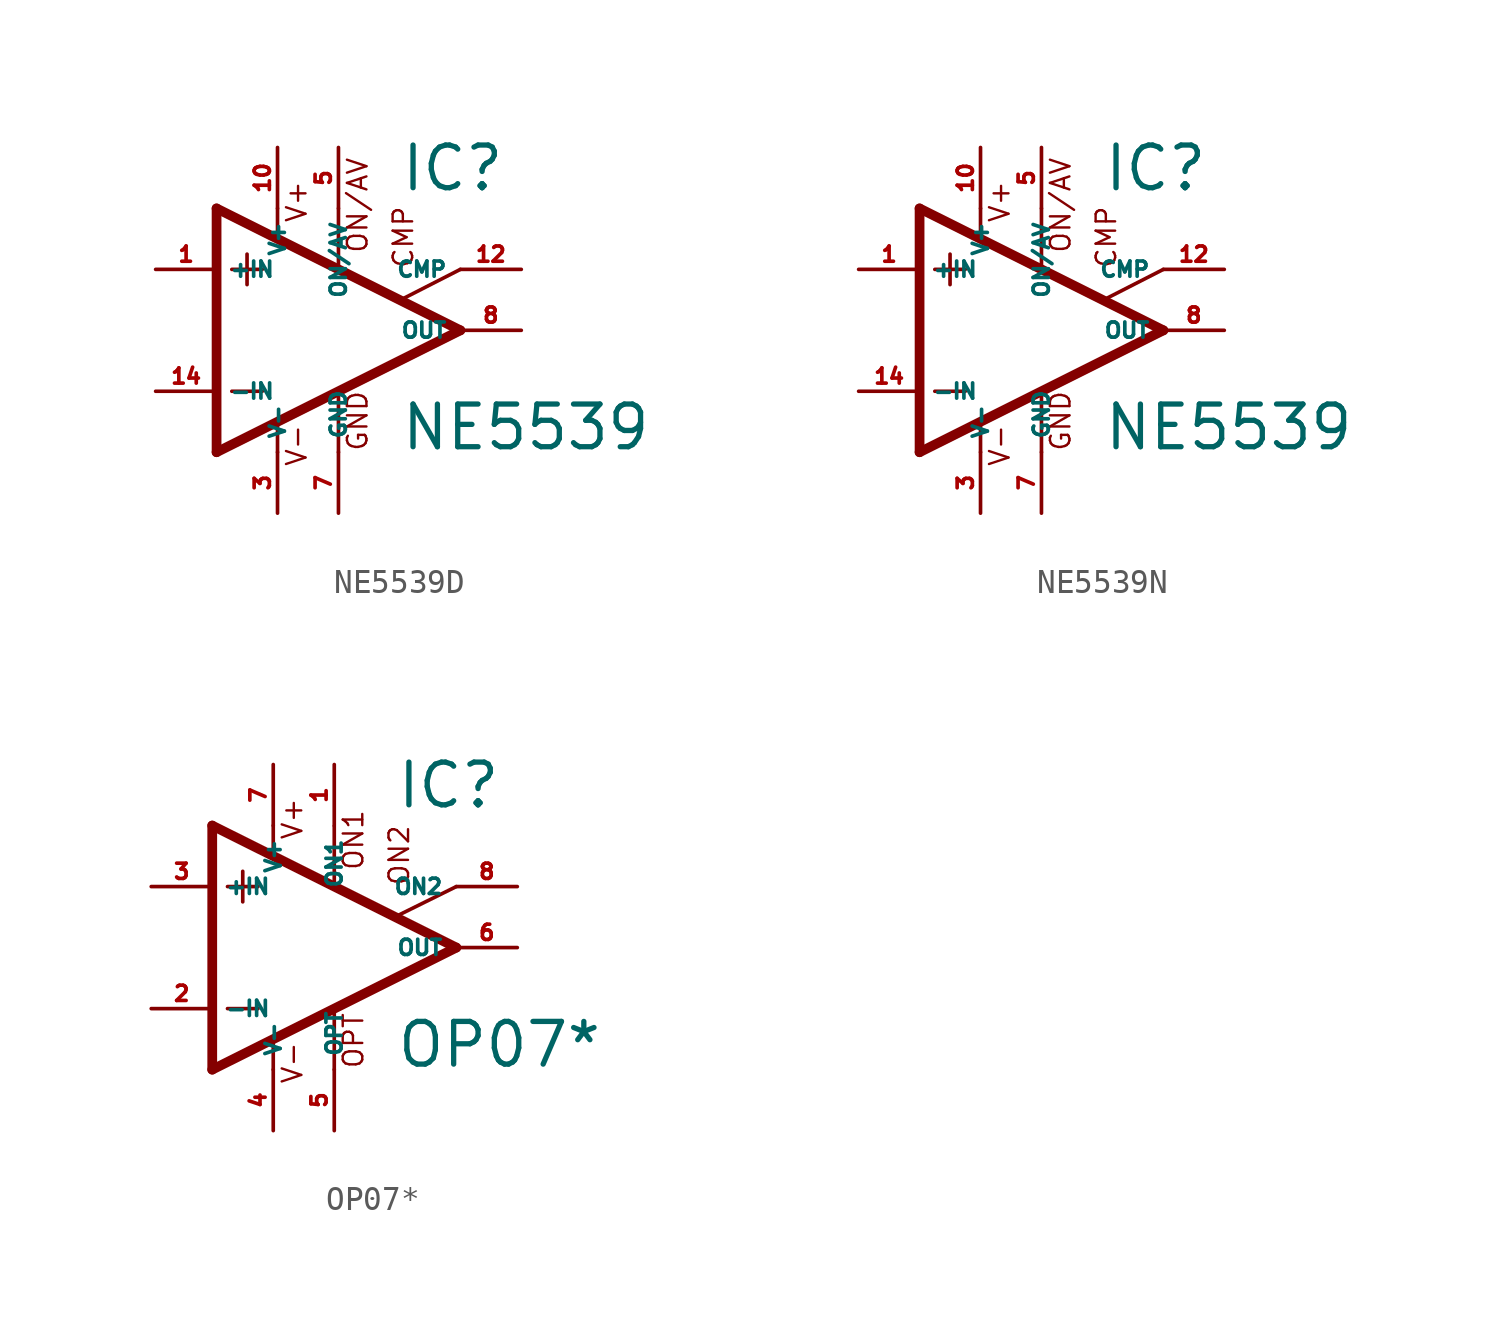
<source format=kicad_sym>
(kicad_symbol_lib
  (version 20220914)
  (generator Eagle2Kicad)
  (symbol "NE5539D"
    (property "Reference" "IC"
      (at 2.54 5.715 0)
      (effects (font (size 1.778 1.778) (thickness 0.22)) (justify left bottom)))
    (property "Value" "NE5539"
      (at 2.54 -5.08 0)
      (effects (font (size 1.778 1.778) (thickness 0.22)) (justify left bottom)))
    (polyline
      (pts (xy -3.81 3.175) (xy -3.81 1.905))
      (stroke (width 0.152) (type default))
      (fill (type none)))
    (polyline
      (pts (xy -4.445 2.54) (xy -3.175 2.54))
      (stroke (width 0.152) (type default))
      (fill (type none)))
    (polyline
      (pts (xy -4.445 -2.54) (xy -3.175 -2.54))
      (stroke (width 0.152) (type default))
      (fill (type none)))
    (polyline
      (pts (xy -5.08 5.08) (xy -5.08 -5.08))
      (stroke (width 0.406) (type default))
      (fill (type none)))
    (polyline
      (pts (xy -2.54 5.08) (xy -2.54 3.886))
      (stroke (width 0.152) (type default))
      (fill (type none)))
    (polyline
      (pts (xy 0 5.08) (xy 0 2.616))
      (stroke (width 0.152) (type default))
      (fill (type none)))
    (polyline
      (pts (xy 0 -5.08) (xy 0 -2.616))
      (stroke (width 0.152) (type default))
      (fill (type none)))
    (polyline
      (pts (xy 2.642 1.295) (xy 5.08 2.54))
      (stroke (width 0.152) (type default))
      (fill (type none)))
    (polyline
      (pts (xy -5.08 5.08) (xy 5.08 0))
      (stroke (width 0.406) (type default))
      (fill (type none)))
    (polyline
      (pts (xy -2.54 -3.886) (xy -2.54 -5.08))
      (stroke (width 0.152) (type default))
      (fill (type none)))
    (polyline
      (pts (xy -5.08 -5.08) (xy 5.08 0))
      (stroke (width 0.406) (type default))
      (fill (type none)))
    (text "CMP"
      (at 3.175 2.54 900)
      (effects (font (size 0.813 0.813) (thickness 0.10)) (justify left bottom)))
    (text "GND"
      (at 1.27 -5.08 900)
      (effects (font (size 0.813 0.813) (thickness 0.10)) (justify left bottom)))
    (text "ON/AV"
      (at 1.27 3.175 900)
      (effects (font (size 0.813 0.813) (thickness 0.10)) (justify left bottom)))
    (text "V+"
      (at -1.27 4.445 900)
      (effects (font (size 0.813 0.813) (thickness 0.10)) (justify left bottom)))
    (text "V-"
      (at -1.27 -5.715 900)
      (effects (font (size 0.813 0.813) (thickness 0.10)) (justify left bottom)))
    (pin passive line
      (at 7.62 2.54 180)
      (length 2.54)
      (name "CMP" (effects (font (size 0.635 0.635) (thickness 0.08)) (justify left bottom)))
      (number "12" (effects (font (size 0.635 0.635) (thickness 0.08)) (justify left bottom))))
    (pin input line
      (at -7.62 -2.54 0)
      (length 2.54)
      (name "-IN" (effects (font (size 0.635 0.635) (thickness 0.08)) (justify left bottom)))
      (number "14" (effects (font (size 0.635 0.635) (thickness 0.08)) (justify left bottom))))
    (pin input line
      (at -7.62 2.54 0)
      (length 2.54)
      (name "+IN" (effects (font (size 0.635 0.635) (thickness 0.08)) (justify left bottom)))
      (number "1" (effects (font (size 0.635 0.635) (thickness 0.08)) (justify left bottom))))
    (pin passive line
      (at 0 7.62 270)
      (length 2.54)
      (name "ON/AV" (effects (font (size 0.635 0.635) (thickness 0.08)) (justify left bottom)))
      (number "5" (effects (font (size 0.635 0.635) (thickness 0.08)) (justify left bottom))))
    (pin output line
      (at 7.62 0 180)
      (length 2.54)
      (name "OUT" (effects (font (size 0.635 0.635) (thickness 0.08)) (justify left bottom)))
      (number "8" (effects (font (size 0.635 0.635) (thickness 0.08)) (justify left bottom))))
    (pin passive line
      (at 0 -7.62 90)
      (length 2.54)
      (name "GND" (effects (font (size 0.635 0.635) (thickness 0.08)) (justify left bottom)))
      (number "7" (effects (font (size 0.635 0.635) (thickness 0.08)) (justify left bottom))))
    (pin unspecified line
      (at -2.54 7.62 270)
      (length 2.54)
      (name "V+" (effects (font (size 0.635 0.635) (thickness 0.08)) (justify left bottom)))
      (number "10" (effects (font (size 0.635 0.635) (thickness 0.08)) (justify left bottom))))
    (pin unspecified line
      (at -2.54 -7.62 90)
      (length 2.54)
      (name "V-" (effects (font (size 0.635 0.635) (thickness 0.08)) (justify left bottom)))
      (number "3" (effects (font (size 0.635 0.635) (thickness 0.08)) (justify left bottom)))))
  (symbol "NE5539N"
    (property "Reference" "IC"
      (at 2.54 5.715 0)
      (effects (font (size 1.778 1.778) (thickness 0.22)) (justify left bottom)))
    (property "Value" "NE5539"
      (at 2.54 -5.08 0)
      (effects (font (size 1.778 1.778) (thickness 0.22)) (justify left bottom)))
    (polyline
      (pts (xy -3.81 3.175) (xy -3.81 1.905))
      (stroke (width 0.152) (type default))
      (fill (type none)))
    (polyline
      (pts (xy -4.445 2.54) (xy -3.175 2.54))
      (stroke (width 0.152) (type default))
      (fill (type none)))
    (polyline
      (pts (xy -4.445 -2.54) (xy -3.175 -2.54))
      (stroke (width 0.152) (type default))
      (fill (type none)))
    (polyline
      (pts (xy -5.08 5.08) (xy -5.08 -5.08))
      (stroke (width 0.406) (type default))
      (fill (type none)))
    (polyline
      (pts (xy -2.54 5.08) (xy -2.54 3.886))
      (stroke (width 0.152) (type default))
      (fill (type none)))
    (polyline
      (pts (xy 0 5.08) (xy 0 2.616))
      (stroke (width 0.152) (type default))
      (fill (type none)))
    (polyline
      (pts (xy 0 -5.08) (xy 0 -2.616))
      (stroke (width 0.152) (type default))
      (fill (type none)))
    (polyline
      (pts (xy 2.642 1.295) (xy 5.08 2.54))
      (stroke (width 0.152) (type default))
      (fill (type none)))
    (polyline
      (pts (xy -5.08 5.08) (xy 5.08 0))
      (stroke (width 0.406) (type default))
      (fill (type none)))
    (polyline
      (pts (xy -2.54 -3.886) (xy -2.54 -5.08))
      (stroke (width 0.152) (type default))
      (fill (type none)))
    (polyline
      (pts (xy -5.08 -5.08) (xy 5.08 0))
      (stroke (width 0.406) (type default))
      (fill (type none)))
    (text "CMP"
      (at 3.175 2.54 900)
      (effects (font (size 0.813 0.813) (thickness 0.10)) (justify left bottom)))
    (text "GND"
      (at 1.27 -5.08 900)
      (effects (font (size 0.813 0.813) (thickness 0.10)) (justify left bottom)))
    (text "ON/AV"
      (at 1.27 3.175 900)
      (effects (font (size 0.813 0.813) (thickness 0.10)) (justify left bottom)))
    (text "V+"
      (at -1.27 4.445 900)
      (effects (font (size 0.813 0.813) (thickness 0.10)) (justify left bottom)))
    (text "V-"
      (at -1.27 -5.715 900)
      (effects (font (size 0.813 0.813) (thickness 0.10)) (justify left bottom)))
    (pin passive line
      (at 7.62 2.54 180)
      (length 2.54)
      (name "CMP" (effects (font (size 0.635 0.635) (thickness 0.08)) (justify left bottom)))
      (number "12" (effects (font (size 0.635 0.635) (thickness 0.08)) (justify left bottom))))
    (pin input line
      (at -7.62 -2.54 0)
      (length 2.54)
      (name "-IN" (effects (font (size 0.635 0.635) (thickness 0.08)) (justify left bottom)))
      (number "14" (effects (font (size 0.635 0.635) (thickness 0.08)) (justify left bottom))))
    (pin input line
      (at -7.62 2.54 0)
      (length 2.54)
      (name "+IN" (effects (font (size 0.635 0.635) (thickness 0.08)) (justify left bottom)))
      (number "1" (effects (font (size 0.635 0.635) (thickness 0.08)) (justify left bottom))))
    (pin passive line
      (at 0 7.62 270)
      (length 2.54)
      (name "ON/AV" (effects (font (size 0.635 0.635) (thickness 0.08)) (justify left bottom)))
      (number "5" (effects (font (size 0.635 0.635) (thickness 0.08)) (justify left bottom))))
    (pin output line
      (at 7.62 0 180)
      (length 2.54)
      (name "OUT" (effects (font (size 0.635 0.635) (thickness 0.08)) (justify left bottom)))
      (number "8" (effects (font (size 0.635 0.635) (thickness 0.08)) (justify left bottom))))
    (pin passive line
      (at 0 -7.62 90)
      (length 2.54)
      (name "GND" (effects (font (size 0.635 0.635) (thickness 0.08)) (justify left bottom)))
      (number "7" (effects (font (size 0.635 0.635) (thickness 0.08)) (justify left bottom))))
    (pin unspecified line
      (at -2.54 7.62 270)
      (length 2.54)
      (name "V+" (effects (font (size 0.635 0.635) (thickness 0.08)) (justify left bottom)))
      (number "10" (effects (font (size 0.635 0.635) (thickness 0.08)) (justify left bottom))))
    (pin unspecified line
      (at -2.54 -7.62 90)
      (length 2.54)
      (name "V-" (effects (font (size 0.635 0.635) (thickness 0.08)) (justify left bottom)))
      (number "3" (effects (font (size 0.635 0.635) (thickness 0.08)) (justify left bottom)))))
  (symbol "OP07*"
    (property "Reference" "IC"
      (at 2.54 5.715 0)
      (effects (font (size 1.778 1.778) (thickness 0.22)) (justify left bottom)))
    (property "Value" "OP07*"
      (at 2.54 -5.08 0)
      (effects (font (size 1.778 1.778) (thickness 0.22)) (justify left bottom)))
    (polyline
      (pts (xy -3.81 3.175) (xy -3.81 1.905))
      (stroke (width 0.152) (type default))
      (fill (type none)))
    (polyline
      (pts (xy -4.445 2.54) (xy -3.175 2.54))
      (stroke (width 0.152) (type default))
      (fill (type none)))
    (polyline
      (pts (xy -4.445 -2.54) (xy -3.175 -2.54))
      (stroke (width 0.152) (type default))
      (fill (type none)))
    (polyline
      (pts (xy -2.54 5.08) (xy -2.54 3.886))
      (stroke (width 0.152) (type default))
      (fill (type none)))
    (polyline
      (pts (xy 0 5.055) (xy 0 2.616))
      (stroke (width 0.152) (type default))
      (fill (type none)))
    (polyline
      (pts (xy 0 -2.616) (xy 0 -5.08))
      (stroke (width 0.152) (type default))
      (fill (type none)))
    (polyline
      (pts (xy -2.54 -3.912) (xy -2.54 -5.08))
      (stroke (width 0.152) (type default))
      (fill (type none)))
    (polyline
      (pts (xy 5.08 2.54) (xy 2.616 1.321))
      (stroke (width 0.152) (type default))
      (fill (type none)))
    (polyline
      (pts (xy 5.08 0) (xy -5.08 5.08))
      (stroke (width 0.406) (type default))
      (fill (type none)))
    (polyline
      (pts (xy -5.08 5.08) (xy -5.08 -5.08))
      (stroke (width 0.406) (type default))
      (fill (type none)))
    (polyline
      (pts (xy -5.08 -5.08) (xy 5.08 0))
      (stroke (width 0.406) (type default))
      (fill (type none)))
    (text "ON1"
      (at 1.27 3.175 900)
      (effects (font (size 0.813 0.813) (thickness 0.10)) (justify left bottom)))
    (text "ON2"
      (at 3.175 2.54 900)
      (effects (font (size 0.813 0.813) (thickness 0.10)) (justify left bottom)))
    (text "OPT"
      (at 1.27 -5.08 900)
      (effects (font (size 0.813 0.813) (thickness 0.10)) (justify left bottom)))
    (text "V+"
      (at -1.27 4.445 900)
      (effects (font (size 0.813 0.813) (thickness 0.10)) (justify left bottom)))
    (text "V-"
      (at -1.27 -5.715 900)
      (effects (font (size 0.813 0.813) (thickness 0.10)) (justify left bottom)))
    (pin passive line
      (at 7.62 2.54 180)
      (length 2.54)
      (name "ON2" (effects (font (size 0.635 0.635) (thickness 0.08)) (justify left bottom)))
      (number "8" (effects (font (size 0.635 0.635) (thickness 0.08)) (justify left bottom))))
    (pin passive line
      (at 0 7.62 270)
      (length 2.54)
      (name "ON1" (effects (font (size 0.635 0.635) (thickness 0.08)) (justify left bottom)))
      (number "1" (effects (font (size 0.635 0.635) (thickness 0.08)) (justify left bottom))))
    (pin input line
      (at -7.62 -2.54 0)
      (length 2.54)
      (name "-IN" (effects (font (size 0.635 0.635) (thickness 0.08)) (justify left bottom)))
      (number "2" (effects (font (size 0.635 0.635) (thickness 0.08)) (justify left bottom))))
    (pin input line
      (at -7.62 2.54 0)
      (length 2.54)
      (name "+IN" (effects (font (size 0.635 0.635) (thickness 0.08)) (justify left bottom)))
      (number "3" (effects (font (size 0.635 0.635) (thickness 0.08)) (justify left bottom))))
    (pin output line
      (at 7.62 0 180)
      (length 2.54)
      (name "OUT" (effects (font (size 0.635 0.635) (thickness 0.08)) (justify left bottom)))
      (number "6" (effects (font (size 0.635 0.635) (thickness 0.08)) (justify left bottom))))
    (pin passive line
      (at 0 -7.62 90)
      (length 2.54)
      (name "OPT" (effects (font (size 0.635 0.635) (thickness 0.08)) (justify left bottom)))
      (number "5" (effects (font (size 0.635 0.635) (thickness 0.08)) (justify left bottom))))
    (pin unspecified line
      (at -2.54 7.62 270)
      (length 2.54)
      (name "V+" (effects (font (size 0.635 0.635) (thickness 0.08)) (justify left bottom)))
      (number "7" (effects (font (size 0.635 0.635) (thickness 0.08)) (justify left bottom))))
    (pin unspecified line
      (at -2.54 -7.62 90)
      (length 2.54)
      (name "V-" (effects (font (size 0.635 0.635) (thickness 0.08)) (justify left bottom)))
      (number "4" (effects (font (size 0.635 0.635) (thickness 0.08)) (justify left bottom))))))
</source>
